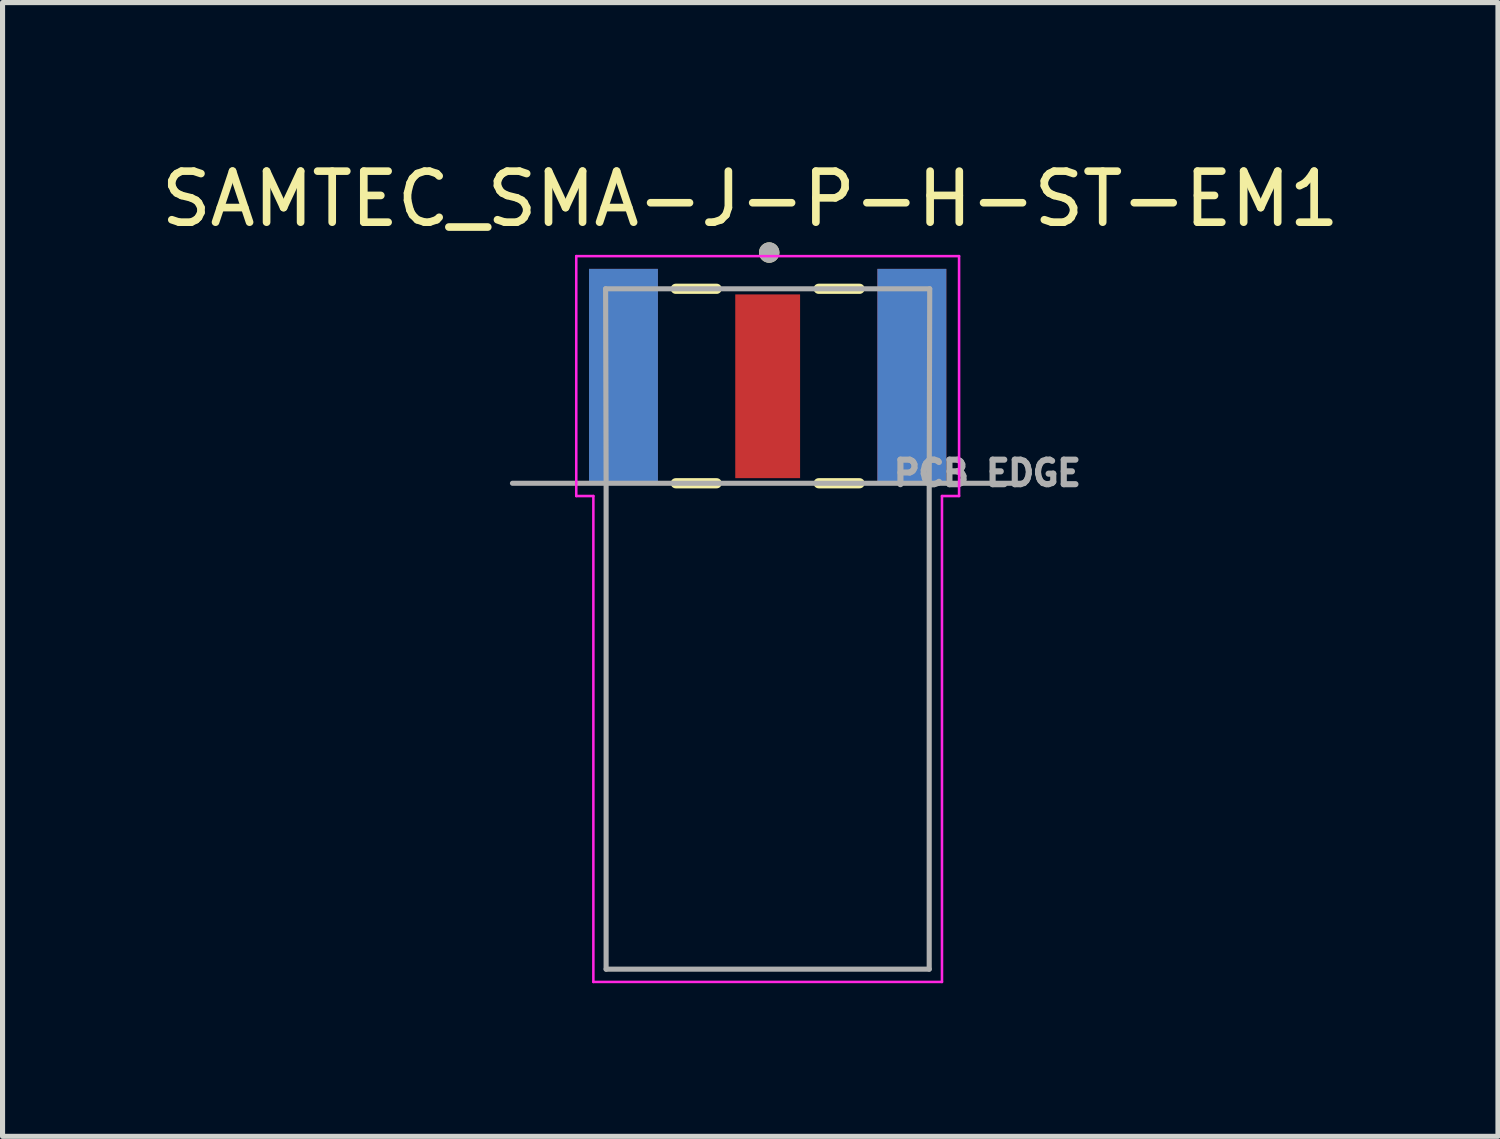
<source format=kicad_pcb>
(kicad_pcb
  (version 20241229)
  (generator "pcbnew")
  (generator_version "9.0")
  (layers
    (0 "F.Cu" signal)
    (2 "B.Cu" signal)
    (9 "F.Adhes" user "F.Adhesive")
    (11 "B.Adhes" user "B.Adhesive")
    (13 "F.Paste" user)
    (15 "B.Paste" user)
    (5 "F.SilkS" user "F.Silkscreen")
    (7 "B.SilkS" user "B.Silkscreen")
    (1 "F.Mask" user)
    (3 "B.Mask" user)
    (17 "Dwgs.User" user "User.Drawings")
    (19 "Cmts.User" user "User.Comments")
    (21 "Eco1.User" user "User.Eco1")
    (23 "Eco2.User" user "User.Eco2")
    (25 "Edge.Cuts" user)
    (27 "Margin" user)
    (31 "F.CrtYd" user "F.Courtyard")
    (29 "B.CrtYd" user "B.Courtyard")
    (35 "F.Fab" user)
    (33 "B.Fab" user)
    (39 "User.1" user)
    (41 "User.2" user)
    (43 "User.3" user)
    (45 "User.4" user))
  (footprint "SAMTEC_SMA-J-P-H-ST-EM1"
    (layer "F.Cu")
    (at 11.99 4.518)
    (property "Reference" "SAMTEC_SMA-J-P-H-ST-EM1" (at -0.341 -3.67 0) (layer "F.SilkS") (effects (font (size 1 1) (thickness 0.15))))
    (attr smd)
    (fp_line (start -1.8 -1.91) (end -1 -1.91) (stroke (width 0.2) (type solid)) (layer "F.SilkS"))
    (fp_line (start -1.8 1.9) (end -1 1.9) (stroke (width 0.2) (type solid)) (layer "F.SilkS"))
    (fp_line (start 1 -1.91) (end 1.8 -1.91) (stroke (width 0.2) (type solid)) (layer "F.SilkS"))
    (fp_line (start 1 1.9) (end 1.8 1.9) (stroke (width 0.2) (type solid)) (layer "F.SilkS"))
    (fp_circle (center 0.03 -2.62) (end 0.13 -2.62) (stroke (width 0.2) (type solid)) (fill no) (layer "F.SilkS"))
    (fp_line (start -3.75 -2.55) (end 3.75 -2.55) (stroke (width 0.05) (type solid)) (layer "F.CrtYd"))
    (fp_line (start -3.75 2.15) (end -3.75 -2.55) (stroke (width 0.05) (type solid)) (layer "F.CrtYd"))
    (fp_line (start -3.415 2.15) (end -3.75 2.15) (stroke (width 0.05) (type solid)) (layer "F.CrtYd"))
    (fp_line (start -3.415 11.67) (end -3.415 2.15) (stroke (width 0.05) (type solid)) (layer "F.CrtYd"))
    (fp_line (start 3.415 2.15) (end 3.415 11.67) (stroke (width 0.05) (type solid)) (layer "F.CrtYd"))
    (fp_line (start 3.415 11.67) (end -3.415 11.67) (stroke (width 0.05) (type solid)) (layer "F.CrtYd"))
    (fp_line (start 3.75 -2.55) (end 3.75 2.15) (stroke (width 0.05) (type solid)) (layer "F.CrtYd"))
    (fp_line (start 3.75 2.15) (end 3.415 2.15) (stroke (width 0.05) (type solid)) (layer "F.CrtYd"))
    (fp_line (start -5 1.9) (end -3.165 1.9) (stroke (width 0.1) (type solid)) (layer "F.Fab"))
    (fp_line (start -3.175 -1.91) (end 3.175 -1.91) (stroke (width 0.1) (type solid)) (layer "F.Fab"))
    (fp_line (start -3.165 1.9) (end -3.175 -1.91) (stroke (width 0.1) (type solid)) (layer "F.Fab"))
    (fp_line (start -3.165 1.9) (end 3.165 1.9) (stroke (width 0.1) (type solid)) (layer "F.Fab"))
    (fp_line (start -3.165 11.42) (end -3.165 1.9) (stroke (width 0.1) (type solid)) (layer "F.Fab"))
    (fp_line (start 3.165 1.9) (end 3.165 11.42) (stroke (width 0.1) (type solid)) (layer "F.Fab"))
    (fp_line (start 3.165 1.9) (end 5 1.9) (stroke (width 0.1) (type solid)) (layer "F.Fab"))
    (fp_line (start 3.165 11.42) (end -3.165 11.42) (stroke (width 0.1) (type solid)) (layer "F.Fab"))
    (fp_line (start 3.175 -1.91) (end 3.165 1.9) (stroke (width 0.1) (type solid)) (layer "F.Fab"))
    (fp_circle (center 0.03 -2.62) (end 0.13 -2.62) (stroke (width 0.2) (type solid)) (fill no) (layer "F.Fab"))
    (fp_text user "PCB EDGE" (at 4.304 1.702 0) (layer "F.Fab") (effects (font (size 0.48 0.48) (thickness 0.15))))
    (pad "1" smd rect (at 0 0) (size 1.27 3.6) (layers "F.Cu" "F.Mask" "F.Paste"))
    (pad "2_1" smd rect (at -2.825 -0.2) (size 1.35 4.2) (layers "F.Cu" "F.Mask" "F.Paste"))
    (pad "2_2" smd rect (at -2.825 -0.2) (size 1.35 4.2) (layers "B.Cu" "B.Mask" "B.Paste"))
    (pad "3_1" smd rect (at 2.825 -0.2) (size 1.35 4.2) (layers "F.Cu" "F.Mask" "F.Paste"))
    (pad "3_2" smd rect (at 2.825 -0.2) (size 1.35 4.2) (layers "B.Cu" "B.Mask" "B.Paste")))
  (gr_rect
    (start -3 -3)
    (end 26.298 19.213)
    (stroke (width 0.1) (type default))
    (fill no)
    (layer "Edge.Cuts")))
</source>
